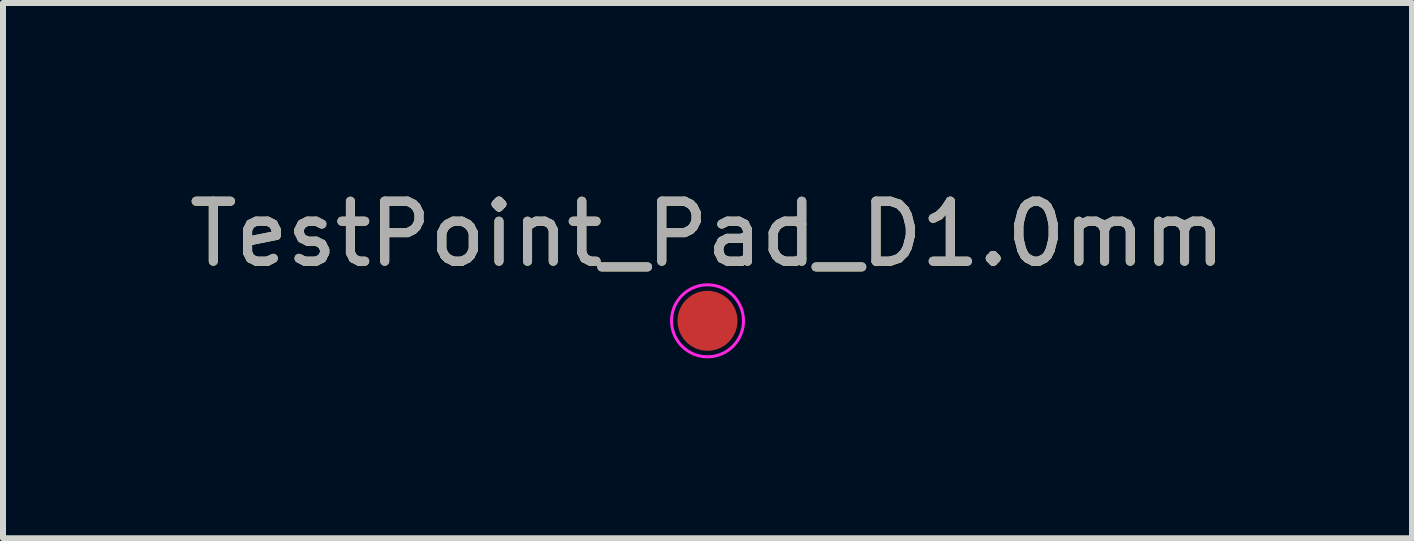
<source format=kicad_pcb>
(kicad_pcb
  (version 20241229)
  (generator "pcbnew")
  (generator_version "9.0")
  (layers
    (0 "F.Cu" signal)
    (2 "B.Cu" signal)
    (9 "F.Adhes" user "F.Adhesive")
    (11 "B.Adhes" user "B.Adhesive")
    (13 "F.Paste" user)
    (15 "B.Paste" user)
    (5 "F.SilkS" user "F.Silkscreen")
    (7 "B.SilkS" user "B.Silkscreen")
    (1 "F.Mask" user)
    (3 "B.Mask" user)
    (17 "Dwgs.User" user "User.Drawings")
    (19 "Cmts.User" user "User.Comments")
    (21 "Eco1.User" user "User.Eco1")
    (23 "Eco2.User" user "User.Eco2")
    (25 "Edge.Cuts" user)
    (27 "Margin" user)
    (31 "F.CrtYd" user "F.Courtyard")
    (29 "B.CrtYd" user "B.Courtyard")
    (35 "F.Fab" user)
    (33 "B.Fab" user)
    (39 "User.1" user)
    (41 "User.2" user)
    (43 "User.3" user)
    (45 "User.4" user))
  (footprint "TestPoint_Pad_D1.0mm"
    (layer "F.Cu")
    (at 8.744 2.298)
    (property "Reference" "TestPoint_Pad_D1.0mm" (at 0 -1.448 0) (layer "F.SilkS") (effects (font (size 1 1) (thickness 0.15))))
    (attr exclude_from_pos_files exclude_from_bom)
    (fp_circle (center 0 0) (end 0.6 0) (stroke (width 0.05) (type solid)) (fill no) (layer "F.CrtYd"))
    (fp_text user "${REFERENCE}" (at 0 -1.45 0) (layer "F.Fab") (effects (font (size 1 1) (thickness 0.15))))
    (pad "1" smd circle (at 0 0) (size 1 1) (layers "F.Cu" "F.Mask")))
  (gr_rect
    (start -3 -3)
    (end 20.488 5.923)
    (stroke (width 0.1) (type default))
    (fill no)
    (layer "Edge.Cuts")))
</source>
